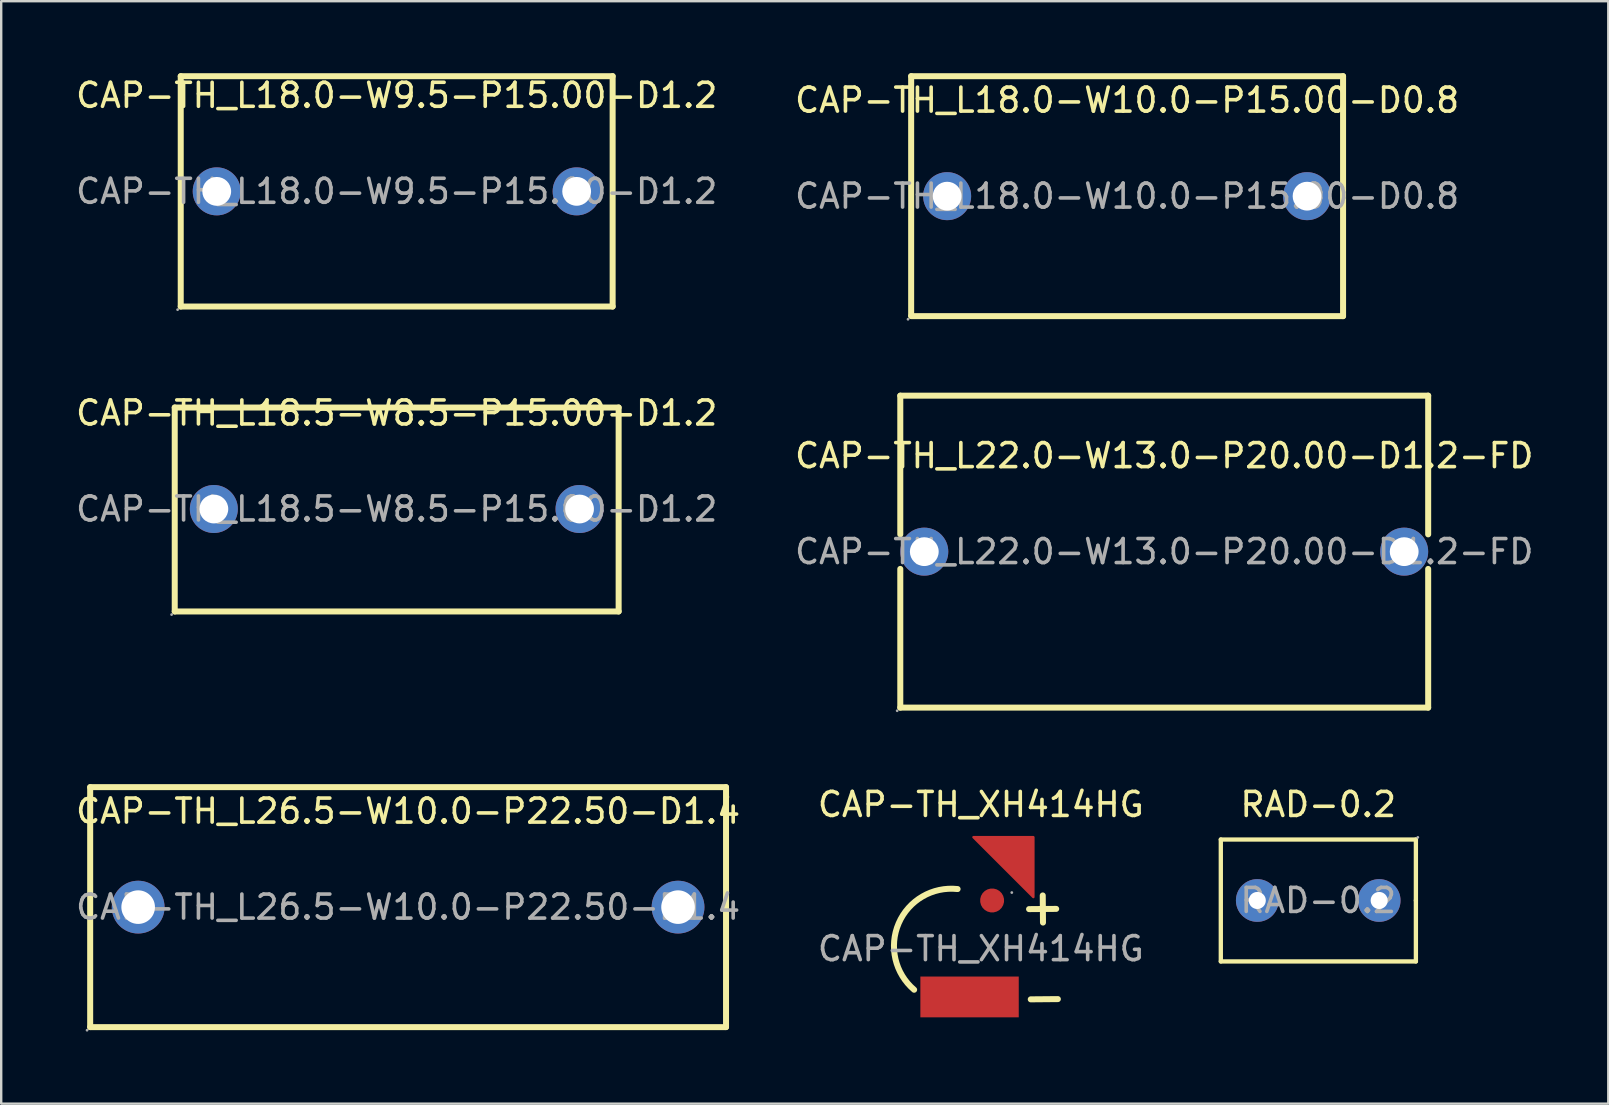
<source format=kicad_pcb>
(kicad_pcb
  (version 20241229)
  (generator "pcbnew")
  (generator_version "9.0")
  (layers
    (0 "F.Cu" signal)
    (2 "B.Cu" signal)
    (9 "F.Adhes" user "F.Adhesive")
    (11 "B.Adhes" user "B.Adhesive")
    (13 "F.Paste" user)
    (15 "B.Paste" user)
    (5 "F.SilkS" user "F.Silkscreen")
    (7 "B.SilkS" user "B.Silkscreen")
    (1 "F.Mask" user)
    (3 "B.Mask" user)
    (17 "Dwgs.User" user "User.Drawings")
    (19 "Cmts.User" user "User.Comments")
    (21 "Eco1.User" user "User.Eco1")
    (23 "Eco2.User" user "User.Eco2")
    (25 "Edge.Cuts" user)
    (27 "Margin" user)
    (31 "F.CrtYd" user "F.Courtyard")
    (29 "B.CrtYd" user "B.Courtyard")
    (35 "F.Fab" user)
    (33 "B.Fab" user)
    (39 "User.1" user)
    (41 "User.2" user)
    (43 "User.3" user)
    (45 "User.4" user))
  (footprint "CAP-TH_L18.0-W9.5-P15.00-D1.2"
    (layer "F.Cu")
    (at 13.482 4.925)
    (property "Reference" "CAP-TH_L18.0-W9.5-P15.00-D1.2" (at 0 -4 0) (layer "F.SilkS") (effects (font (size 1 1) (thickness 0.15))))
    (attr through_hole)
    (fp_line (start -9 -4.8) (end 9 -4.8) (stroke (width 0.25) (type solid)) (layer "F.SilkS"))
    (fp_line (start -9 4.8) (end -9 -4.8) (stroke (width 0.25) (type solid)) (layer "F.SilkS"))
    (fp_line (start 9 -4.8) (end 9 4.8) (stroke (width 0.25) (type solid)) (layer "F.SilkS"))
    (fp_line (start 9 4.8) (end -9 4.8) (stroke (width 0.25) (type solid)) (layer "F.SilkS"))
    (fp_circle (center -9.13 4.93) (end -9.1 4.93) (stroke (width 0.06) (type solid)) (fill no) (layer "F.Fab"))
    (fp_circle (center -7.5 0) (end -7.25 0) (stroke (width 0.5) (type solid)) (fill no) (layer "F.Fab"))
    (fp_circle (center 7.5 0) (end 7.75 0) (stroke (width 0.5) (type solid)) (fill no) (layer "F.Fab"))
    (fp_text user "${REFERENCE}" (at 0 0 0) (layer "F.Fab") (effects (font (size 1 1) (thickness 0.15))))
    (pad "1" thru_hole circle (at -7.5 0) (size 2 2) (drill 1.2) (layers "*.Cu" "*.Paste" "*.Mask"))
    (pad "2" thru_hole circle (at 7.5 0) (size 2 2) (drill 1.2) (layers "*.Cu" "*.Paste" "*.Mask")))
  (footprint "RAD-0.2"
    (layer "F.Cu")
    (at 51.888 34.478)
    (property "Reference" "RAD-0.2" (at 0 -4 0) (layer "F.SilkS") (effects (font (size 1 1) (thickness 0.15))))
    (attr through_hole)
    (fp_line (start -4.06 -2.54) (end 4.07 -2.54) (stroke (width 0.18) (type solid)) (layer "F.SilkS"))
    (fp_line (start -4.06 2.54) (end -4.06 -2.54) (stroke (width 0.18) (type solid)) (layer "F.SilkS"))
    (fp_line (start 4.07 -2.54) (end 4.07 0) (stroke (width 0.18) (type solid)) (layer "F.SilkS"))
    (fp_line (start 4.07 0) (end 4.07 2.54) (stroke (width 0.18) (type solid)) (layer "F.SilkS"))
    (fp_line (start 4.07 2.54) (end -4.06 2.54) (stroke (width 0.18) (type solid)) (layer "F.SilkS"))
    (fp_circle (center -2.54 0) (end -2.41 0) (stroke (width 0.26) (type solid)) (fill no) (layer "F.Fab"))
    (fp_circle (center 2.54 0) (end 2.67 0) (stroke (width 0.26) (type solid)) (fill no) (layer "F.Fab"))
    (fp_circle (center 4.15 -2.63) (end 4.18 -2.63) (stroke (width 0.06) (type solid)) (fill no) (layer "F.Fab"))
    (fp_text user "${REFERENCE}" (at 0 0 0) (layer "F.Fab") (effects (font (size 1 1) (thickness 0.15))))
    (pad "1" thru_hole circle (at 2.54 0 180) (size 1.78 1.78) (drill 0.711) (layers "*.Cu" "*.Paste" "*.Mask"))
    (pad "2" thru_hole circle (at -2.54 0 180) (size 1.78 1.78) (drill 0.711) (layers "*.Cu" "*.Paste" "*.Mask")))
  (footprint "CAP-TH_L22.0-W13.0-P20.00-D1.2-FD"
    (layer "F.Cu")
    (at 45.47 19.94)
    (property "Reference" "CAP-TH_L22.0-W13.0-P20.00-D1.2-FD" (at 0 -4 0) (layer "F.SilkS") (effects (font (size 1 1) (thickness 0.15))))
    (attr through_hole)
    (fp_line (start -11 -6.5) (end 11 -6.5) (stroke (width 0.25) (type solid)) (layer "F.SilkS"))
    (fp_line (start -11 -0.72) (end -11 -6.5) (stroke (width 0.25) (type solid)) (layer "F.SilkS"))
    (fp_line (start -11 6.5) (end -11 0.72) (stroke (width 0.25) (type solid)) (layer "F.SilkS"))
    (fp_line (start 11 -6.5) (end 11 -0.72) (stroke (width 0.25) (type solid)) (layer "F.SilkS"))
    (fp_line (start 11 0.72) (end 11 6.5) (stroke (width 0.25) (type solid)) (layer "F.SilkS"))
    (fp_line (start 11 6.5) (end -11 6.5) (stroke (width 0.25) (type solid)) (layer "F.SilkS"))
    (fp_circle (center -11.13 6.63) (end -11.1 6.63) (stroke (width 0.06) (type solid)) (fill no) (layer "F.Fab"))
    (fp_circle (center -10 0) (end -9.75 0) (stroke (width 0.5) (type solid)) (fill no) (layer "F.Fab"))
    (fp_circle (center 10 0) (end 10.25 0) (stroke (width 0.5) (type solid)) (fill no) (layer "F.Fab"))
    (fp_text user "${REFERENCE}" (at 0 0 0) (layer "F.Fab") (effects (font (size 1 1) (thickness 0.15))))
    (pad "1" thru_hole circle (at -10 0) (size 2 2) (drill 1.2) (layers "*.Cu" "*.Paste" "*.Mask"))
    (pad "2" thru_hole circle (at 10 0) (size 2 2) (drill 1.2) (layers "*.Cu" "*.Paste" "*.Mask")))
  (footprint "CAP-TH_L18.0-W10.0-P15.00-D0.8"
    (layer "F.Cu")
    (at 43.923 5.125)
    (property "Reference" "CAP-TH_L18.0-W10.0-P15.00-D0.8" (at 0 -4 0) (layer "F.SilkS") (effects (font (size 1 1) (thickness 0.15))))
    (attr through_hole)
    (fp_line (start -9 -5) (end -9 4.98) (stroke (width 0.25) (type solid)) (layer "F.SilkS"))
    (fp_line (start -9 -5) (end 9 -5) (stroke (width 0.25) (type solid)) (layer "F.SilkS"))
    (fp_line (start -9 5) (end 9 5) (stroke (width 0.25) (type solid)) (layer "F.SilkS"))
    (fp_line (start 9 -5) (end 9 5) (stroke (width 0.25) (type solid)) (layer "F.SilkS"))
    (fp_circle (center -9.13 5.13) (end -9.1 5.13) (stroke (width 0.06) (type solid)) (fill no) (layer "F.Fab"))
    (fp_circle (center -7.5 0) (end -7.25 0) (stroke (width 0.5) (type solid)) (fill no) (layer "F.Fab"))
    (fp_circle (center 7.5 0) (end 7.75 0) (stroke (width 0.5) (type solid)) (fill no) (layer "F.Fab"))
    (fp_text user "${REFERENCE}" (at 0 0 0) (layer "F.Fab") (effects (font (size 1 1) (thickness 0.15))))
    (pad "1" thru_hole circle (at -7.5 0) (size 2 2) (drill 1.2) (layers "*.Cu" "*.Paste" "*.Mask"))
    (pad "2" thru_hole circle (at 7.5 0) (size 2 2) (drill 1.2) (layers "*.Cu" "*.Paste" "*.Mask")))
  (footprint "CAP-TH_L26.5-W10.0-P22.50-D1.4"
    (layer "F.Cu")
    (at 13.958 34.755)
    (property "Reference" "CAP-TH_L26.5-W10.0-P22.50-D1.4" (at 0 -4 0) (layer "F.SilkS") (effects (font (size 1 1) (thickness 0.15))))
    (attr through_hole)
    (fp_line (start -13.25 -5) (end 13.25 -5) (stroke (width 0.25) (type solid)) (layer "F.SilkS"))
    (fp_line (start -13.25 5) (end -13.25 -5) (stroke (width 0.25) (type solid)) (layer "F.SilkS"))
    (fp_line (start 13.25 -5) (end 13.25 5) (stroke (width 0.25) (type solid)) (layer "F.SilkS"))
    (fp_line (start 13.25 5) (end -13.25 5) (stroke (width 0.25) (type solid)) (layer "F.SilkS"))
    (fp_circle (center -13.38 5.13) (end -13.35 5.13) (stroke (width 0.06) (type solid)) (fill no) (layer "F.Fab"))
    (fp_circle (center -11.25 0) (end -10.95 0) (stroke (width 0.6) (type solid)) (fill no) (layer "F.Fab"))
    (fp_circle (center 11.25 0) (end 11.55 0) (stroke (width 0.6) (type solid)) (fill no) (layer "F.Fab"))
    (fp_text user "${REFERENCE}" (at 0 0 0) (layer "F.Fab") (effects (font (size 1 1) (thickness 0.15))))
    (pad "1" thru_hole circle (at -11.25 0) (size 2.2 2.2) (drill 1.4) (layers "*.Cu" "*.Paste" "*.Mask"))
    (pad "2" thru_hole circle (at 11.25 0) (size 2.2 2.2) (drill 1.4) (layers "*.Cu" "*.Paste" "*.Mask")))
  (footprint "CAP-TH_XH414HG"
    (layer "F.Cu")
    (at 37.827 36.488)
    (property "Reference" "CAP-TH_XH414HG" (at 0 -6.01 0) (layer "F.SilkS") (effects (font (size 1 1) (thickness 0.15))))
    (attr through_hole)
    (fp_line (start 2.01 -1.65) (end 3.14 -1.66) (stroke (width 0.25) (type solid)) (layer "F.SilkS"))
    (fp_line (start 2.08 2.11) (end 3.21 2.1) (stroke (width 0.25) (type solid)) (layer "F.SilkS"))
    (fp_line (start 2.59 -1.09) (end 2.58 -2.22) (stroke (width 0.25) (type solid)) (layer "F.SilkS"))
    (fp_arc (start -2.78 1.71) (mid -3.42481 -1.057475) (end -0.968528 -2.486243) (stroke (width 0.25) (type solid)) (layer "F.SilkS"))
    (fp_circle (center 1.29 -2.34) (end 1.32 -2.34) (stroke (width 0.06) (type solid)) (fill no) (layer "F.Fab"))
    (fp_text user "${REFERENCE}" (at 0 0 0) (layer "F.Fab") (effects (font (size 1 1) (thickness 0.15))))
    (pad "1" smd custom (at 0.47 -2.01) (size 1 1) (layers "F.Cu" "F.Mask" "F.Paste") (options (anchor circle)) (primitives (gr_poly (pts (xy -0.78 -2.64) (xy 1.72 -2.64) (xy 1.72 -0.14)) (width 0.1) (fill yes))))
    (pad "2" smd rect (at -0.47 2.01) (size 4.1 1.7) (layers "F.Cu" "F.Mask" "F.Paste")))
  (footprint "CAP-TH_L18.5-W8.5-P15.00-D1.2"
    (layer "F.Cu")
    (at 13.482 18.163)
    (property "Reference" "CAP-TH_L18.5-W8.5-P15.00-D1.2" (at 0 -4 0) (layer "F.SilkS") (effects (font (size 1 1) (thickness 0.15))))
    (attr through_hole)
    (fp_line (start -9.25 -4.23) (end 9.25 -4.23) (stroke (width 0.25) (type solid)) (layer "F.SilkS"))
    (fp_line (start -9.25 4.27) (end -9.25 -4.23) (stroke (width 0.25) (type solid)) (layer "F.SilkS"))
    (fp_line (start 9.25 -4.23) (end 9.25 4.27) (stroke (width 0.25) (type solid)) (layer "F.SilkS"))
    (fp_line (start 9.25 4.27) (end -9.25 4.27) (stroke (width 0.25) (type solid)) (layer "F.SilkS"))
    (fp_circle (center -9.38 4.4) (end -9.35 4.4) (stroke (width 0.06) (type solid)) (fill no) (layer "F.Fab"))
    (fp_circle (center -7.62 0) (end -7.37 0) (stroke (width 0.5) (type solid)) (fill no) (layer "F.Fab"))
    (fp_circle (center 7.62 0) (end 7.87 0) (stroke (width 0.5) (type solid)) (fill no) (layer "F.Fab"))
    (fp_text user "${REFERENCE}" (at 0 0 0) (layer "F.Fab") (effects (font (size 1 1) (thickness 0.15))))
    (pad "1" thru_hole circle (at -7.62 0) (size 2 2) (drill 1.2) (layers "*.Cu" "*.Paste" "*.Mask"))
    (pad "2" thru_hole circle (at 7.62 0) (size 2 2) (drill 1.2) (layers "*.Cu" "*.Paste" "*.Mask")))
  (gr_rect
    (start -3 -3)
    (end 63.976 42.945)
    (stroke (width 0.1) (type default))
    (fill no)
    (layer "Edge.Cuts")))
</source>
